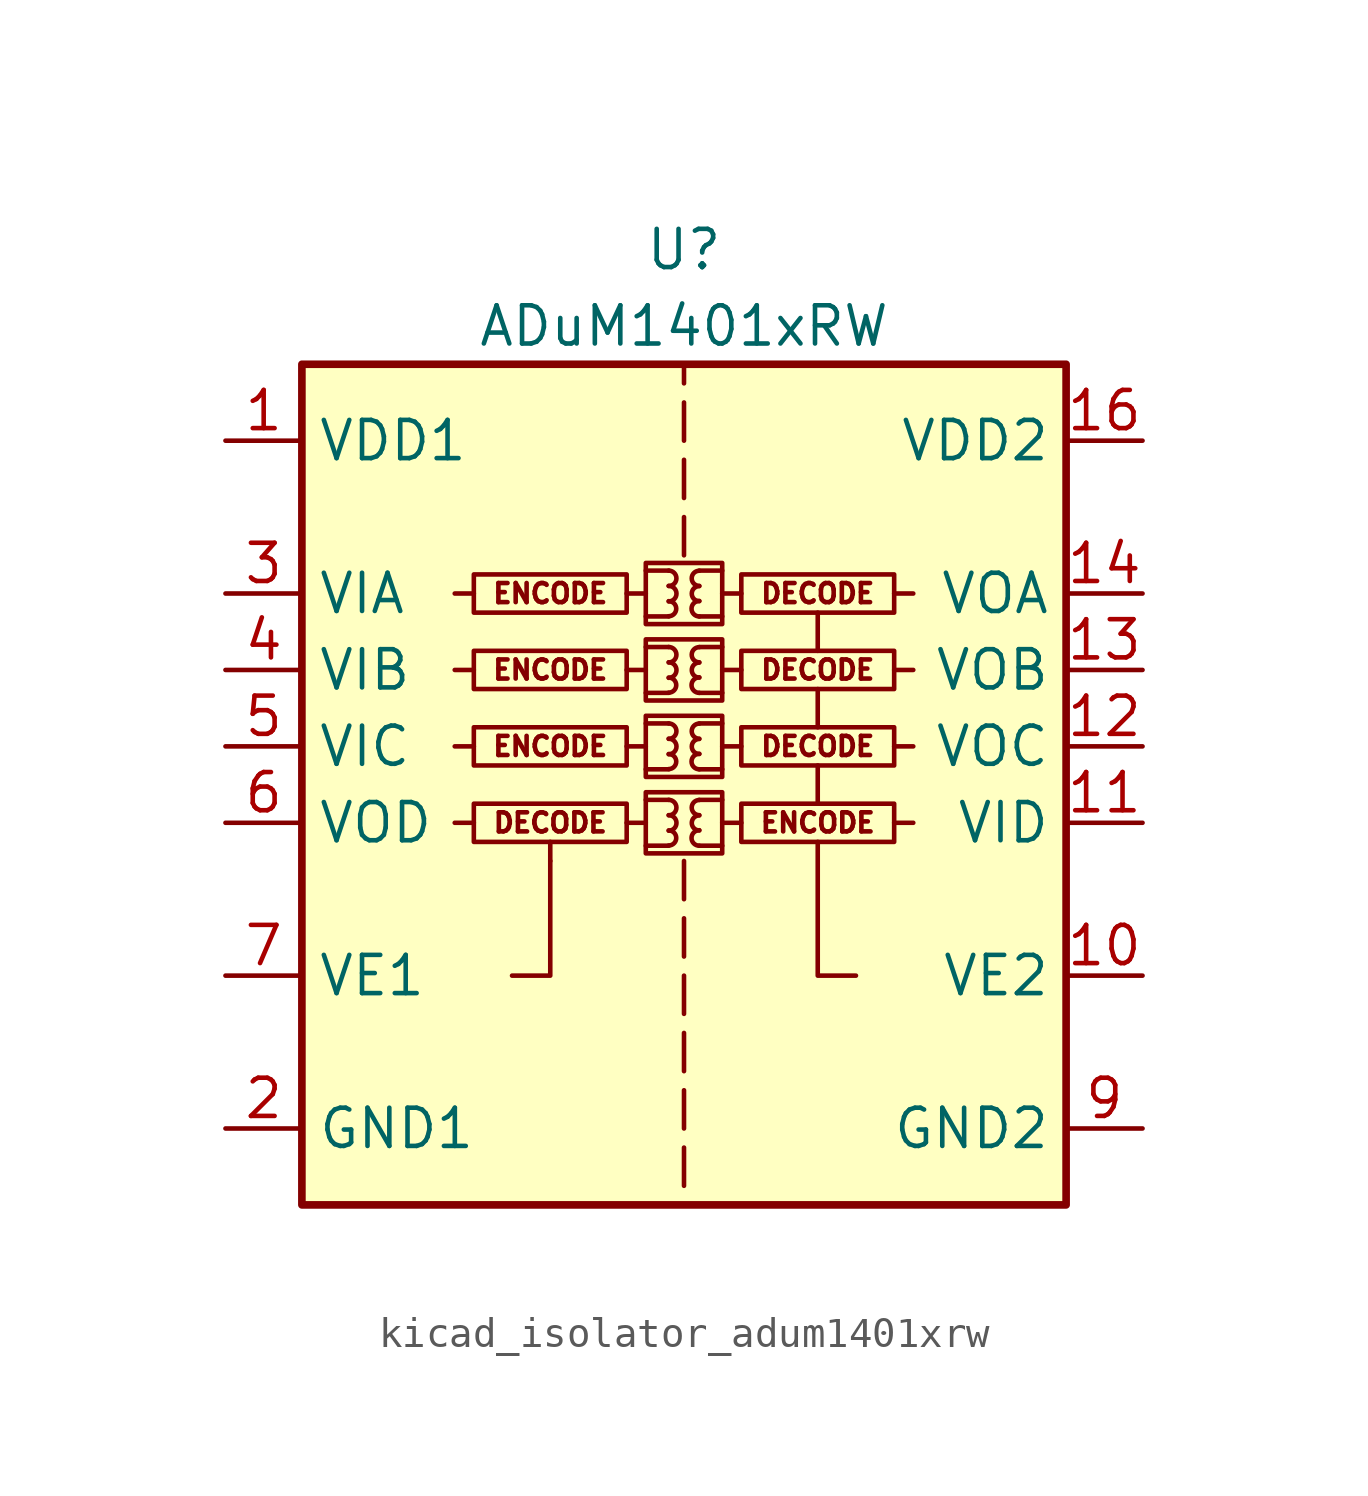
<source format=kicad_sym>
(kicad_symbol_lib
  (version 20220914)
  (generator kicad_symbol_editor)
  (symbol "kicad_isolator_adum1401xrw"
    (property "Reference" "U"
      (at 0 19.05 0)
      (effects (font (size 1.27 1.27))))
    (property "Value" "ADuM1401xRW"
      (at 0 16.51 0)
      (effects (font (size 1.27 1.27))))
    (symbol "kicad_isolator_adum1401xrw_0_0"
      (rectangle (start -1.905 0.635) (end -6.985 -0.635) (stroke (width 0) (type default)) (fill (type none)))
      (rectangle (start -1.27 1.016) (end 1.27 -1.016) (stroke (width 0) (type default)) (fill (type none)))
      (rectangle (start -1.27 3.556) (end 1.27 1.524) (stroke (width 0) (type default)) (fill (type none)))
      (rectangle (start -1.27 6.096) (end 1.27 4.064) (stroke (width 0) (type default)) (fill (type none)))
      (rectangle (start -1.27 8.636) (end 1.27 6.604) (stroke (width 0) (type default)) (fill (type none)))
      (arc (start -0.508 -0.762) (mid -0.2551 -0.508) (end -0.508 -0.254) (stroke (width 0) (type default)) (fill (type none)))
      (arc (start -0.508 -0.254) (mid -0.2551 0) (end -0.508 0.254) (stroke (width 0) (type default)) (fill (type none)))
      (arc (start -0.508 0.254) (mid -0.2551 0.508) (end -0.508 0.762) (stroke (width 0) (type default)) (fill (type none)))
      (arc (start -0.508 1.778) (mid -0.2551 2.032) (end -0.508 2.286) (stroke (width 0) (type default)) (fill (type none)))
      (arc (start -0.508 2.286) (mid -0.2551 2.54) (end -0.508 2.794) (stroke (width 0) (type default)) (fill (type none)))
      (arc (start -0.508 2.794) (mid -0.2551 3.048) (end -0.508 3.302) (stroke (width 0) (type default)) (fill (type none)))
      (arc (start -0.508 4.318) (mid -0.2551 4.572) (end -0.508 4.826) (stroke (width 0) (type default)) (fill (type none)))
      (arc (start -0.508 4.826) (mid -0.2551 5.08) (end -0.508 5.334) (stroke (width 0) (type default)) (fill (type none)))
      (arc (start -0.508 5.334) (mid -0.2551 5.588) (end -0.508 5.842) (stroke (width 0) (type default)) (fill (type none)))
      (arc (start -0.508 6.858) (mid -0.2551 7.112) (end -0.508 7.366) (stroke (width 0) (type default)) (fill (type none)))
      (arc (start -0.508 7.366) (mid -0.2551 7.62) (end -0.508 7.874) (stroke (width 0) (type default)) (fill (type none)))
      (arc (start -0.508 7.874) (mid -0.2551 8.128) (end -0.508 8.382) (stroke (width 0) (type default)) (fill (type none)))
      (polyline (pts (xy -6.985 0) (xy -7.62 0)) (stroke (width 0) (type default)) (fill (type none)))
      (polyline (pts (xy -6.985 2.54) (xy -7.62 2.54)) (stroke (width 0) (type default)) (fill (type none)))
      (polyline (pts (xy -6.985 5.08) (xy -7.62 5.08)) (stroke (width 0) (type default)) (fill (type none)))
      (polyline (pts (xy -6.985 7.62) (xy -7.62 7.62)) (stroke (width 0) (type default)) (fill (type none)))
      (polyline (pts (xy -4.445 -1.27) (xy -4.445 -0.635)) (stroke (width 0) (type default)) (fill (type none)))
      (polyline (pts (xy -1.905 0) (xy -1.27 0)) (stroke (width 0) (type default)) (fill (type none)))
      (polyline (pts (xy -1.905 2.54) (xy -1.27 2.54)) (stroke (width 0) (type default)) (fill (type none)))
      (polyline (pts (xy -1.905 5.08) (xy -1.27 5.08)) (stroke (width 0) (type default)) (fill (type none)))
      (polyline (pts (xy -1.905 7.62) (xy -1.27 7.62)) (stroke (width 0) (type default)) (fill (type none)))
      (polyline (pts (xy -1.27 -0.762) (xy -0.508 -0.762)) (stroke (width 0) (type default)) (fill (type none)))
      (polyline (pts (xy -1.27 0.762) (xy -0.508 0.762)) (stroke (width 0) (type default)) (fill (type none)))
      (polyline (pts (xy -1.27 1.778) (xy -0.508 1.778)) (stroke (width 0) (type default)) (fill (type none)))
      (polyline (pts (xy -1.27 3.302) (xy -0.508 3.302)) (stroke (width 0) (type default)) (fill (type none)))
      (polyline (pts (xy -1.27 4.318) (xy -0.508 4.318)) (stroke (width 0) (type default)) (fill (type none)))
      (polyline (pts (xy -1.27 5.842) (xy -0.508 5.842)) (stroke (width 0) (type default)) (fill (type none)))
      (polyline (pts (xy -1.27 6.858) (xy -0.508 6.858)) (stroke (width 0) (type default)) (fill (type none)))
      (polyline (pts (xy -1.27 8.382) (xy -0.508 8.382)) (stroke (width 0) (type default)) (fill (type none)))
      (polyline (pts (xy 0 -10.795) (xy 0 -12.065)) (stroke (width 0) (type default)) (fill (type none)))
      (polyline (pts (xy 0 -8.89) (xy 0 -10.16)) (stroke (width 0) (type default)) (fill (type none)))
      (polyline (pts (xy 0 -6.985) (xy 0 -8.255)) (stroke (width 0) (type default)) (fill (type none)))
      (polyline (pts (xy 0 -5.08) (xy 0 -6.35)) (stroke (width 0) (type default)) (fill (type none)))
      (polyline (pts (xy 0 -3.175) (xy 0 -4.445)) (stroke (width 0) (type default)) (fill (type none)))
      (polyline (pts (xy 0 -1.27) (xy 0 -2.54)) (stroke (width 0) (type default)) (fill (type none)))
      (polyline (pts (xy 0 8.89) (xy 0 10.16)) (stroke (width 0) (type default)) (fill (type none)))
      (polyline (pts (xy 0 10.795) (xy 0 12.065)) (stroke (width 0) (type default)) (fill (type none)))
      (polyline (pts (xy 0 12.7) (xy 0 13.97)) (stroke (width 0) (type default)) (fill (type none)))
      (polyline (pts (xy 0 15.24) (xy 0 14.605)) (stroke (width 0) (type default)) (fill (type none)))
      (polyline (pts (xy 1.27 -0.762) (xy 0.508 -0.762)) (stroke (width 0) (type default)) (fill (type none)))
      (polyline (pts (xy 1.27 0.762) (xy 0.508 0.762)) (stroke (width 0) (type default)) (fill (type none)))
      (polyline (pts (xy 1.27 1.778) (xy 0.508 1.778)) (stroke (width 0) (type default)) (fill (type none)))
      (polyline (pts (xy 1.27 3.302) (xy 0.508 3.302)) (stroke (width 0) (type default)) (fill (type none)))
      (polyline (pts (xy 1.27 4.318) (xy 0.508 4.318)) (stroke (width 0) (type default)) (fill (type none)))
      (polyline (pts (xy 1.27 5.842) (xy 0.508 5.842)) (stroke (width 0) (type default)) (fill (type none)))
      (polyline (pts (xy 1.27 6.858) (xy 0.508 6.858)) (stroke (width 0) (type default)) (fill (type none)))
      (polyline (pts (xy 1.27 8.382) (xy 0.508 8.382)) (stroke (width 0) (type default)) (fill (type none)))
      (polyline (pts (xy 1.905 0) (xy 1.27 0)) (stroke (width 0) (type default)) (fill (type none)))
      (polyline (pts (xy 1.905 2.54) (xy 1.27 2.54)) (stroke (width 0) (type default)) (fill (type none)))
      (polyline (pts (xy 1.905 5.08) (xy 1.27 5.08)) (stroke (width 0) (type default)) (fill (type none)))
      (polyline (pts (xy 1.905 7.62) (xy 1.27 7.62)) (stroke (width 0) (type default)) (fill (type none)))
      (polyline (pts (xy 4.445 0.635) (xy 4.445 1.905)) (stroke (width 0) (type default)) (fill (type none)))
      (polyline (pts (xy 4.445 3.175) (xy 4.445 4.445)) (stroke (width 0) (type default)) (fill (type none)))
      (polyline (pts (xy 4.445 5.715) (xy 4.445 6.985)) (stroke (width 0) (type default)) (fill (type none)))
      (polyline (pts (xy 6.985 0) (xy 7.62 0)) (stroke (width 0) (type default)) (fill (type none)))
      (polyline (pts (xy 6.985 2.54) (xy 7.62 2.54)) (stroke (width 0) (type default)) (fill (type none)))
      (polyline (pts (xy 6.985 5.08) (xy 7.62 5.08)) (stroke (width 0) (type default)) (fill (type none)))
      (polyline (pts (xy 6.985 7.62) (xy 7.62 7.62)) (stroke (width 0) (type default)) (fill (type none)))
      (polyline (pts (xy -4.445 -1.27) (xy -4.445 -5.08) (xy -5.715 -5.08)) (stroke (width 0) (type default)) (fill (type none)))
      (polyline (pts (xy 5.715 -5.08) (xy 4.445 -5.08) (xy 4.445 -0.635)) (stroke (width 0) (type default)) (fill (type none)))
      (arc (start 0.508 -0.254) (mid 0.2551 -0.508) (end 0.508 -0.762) (stroke (width 0) (type default)) (fill (type none)))
      (arc (start 0.508 0.254) (mid 0.2551 0) (end 0.508 -0.254) (stroke (width 0) (type default)) (fill (type none)))
      (arc (start 0.508 0.762) (mid 0.2551 0.508) (end 0.508 0.254) (stroke (width 0) (type default)) (fill (type none)))
      (arc (start 0.508 2.286) (mid 0.2551 2.032) (end 0.508 1.778) (stroke (width 0) (type default)) (fill (type none)))
      (arc (start 0.508 2.794) (mid 0.2551 2.54) (end 0.508 2.286) (stroke (width 0) (type default)) (fill (type none)))
      (arc (start 0.508 3.302) (mid 0.2551 3.048) (end 0.508 2.794) (stroke (width 0) (type default)) (fill (type none)))
      (arc (start 0.508 4.826) (mid 0.2551 4.572) (end 0.508 4.318) (stroke (width 0) (type default)) (fill (type none)))
      (arc (start 0.508 5.334) (mid 0.2551 5.08) (end 0.508 4.826) (stroke (width 0) (type default)) (fill (type none)))
      (arc (start 0.508 5.842) (mid 0.2551 5.588) (end 0.508 5.334) (stroke (width 0) (type default)) (fill (type none)))
      (arc (start 0.508 7.366) (mid 0.2551 7.112) (end 0.508 6.858) (stroke (width 0) (type default)) (fill (type none)))
      (arc (start 0.508 7.874) (mid 0.2551 7.62) (end 0.508 7.366) (stroke (width 0) (type default)) (fill (type none)))
      (arc (start 0.508 8.382) (mid 0.2551 8.128) (end 0.508 7.874) (stroke (width 0) (type default)) (fill (type none)))
      (rectangle (start 1.905 0.635) (end 6.985 -0.635) (stroke (width 0) (type default)) (fill (type none)))
      (rectangle (start 1.905 3.175) (end 6.985 1.905) (stroke (width 0) (type default)) (fill (type none)))
      (rectangle (start 1.905 5.715) (end 6.985 4.445) (stroke (width 0) (type default)) (fill (type none)))
      (rectangle (start 1.905 8.255) (end 6.985 6.985) (stroke (width 0) (type default)) (fill (type none)))
      (text "DECODE" (at -4.445 0 0) (effects (font (size 0.635 0.635))))
      (text "DECODE" (at 4.445 2.54 0) (effects (font (size 0.635 0.635))))
      (text "DECODE" (at 4.445 5.08 0) (effects (font (size 0.635 0.635))))
      (text "DECODE" (at 4.445 7.62 0) (effects (font (size 0.635 0.635))))
      (text "ENCODE" (at -4.445 2.54 0) (effects (font (size 0.635 0.635))))
      (text "ENCODE" (at -4.445 5.08 0) (effects (font (size 0.635 0.635))))
      (text "ENCODE" (at -4.445 7.62 0) (effects (font (size 0.635 0.635))))
      (text "ENCODE" (at 4.445 0 0) (effects (font (size 0.635 0.635)))))
    (symbol "kicad_isolator_adum1401xrw_0_1"
      (rectangle (start -12.7 15.24) (end 12.7 -12.7) (stroke (width 0.254) (type default)) (fill (type background)))
      (rectangle (start -1.905 3.175) (end -6.985 1.905) (stroke (width 0) (type default)) (fill (type none)))
      (rectangle (start -1.905 5.715) (end -6.985 4.445) (stroke (width 0) (type default)) (fill (type none)))
      (rectangle (start -1.905 8.255) (end -6.985 6.985) (stroke (width 0) (type default)) (fill (type none))))
    (symbol "kicad_isolator_adum1401xrw_1_1"
      (pin power_in line (at -15.24 12.7 0) (length 2.54) (name "VDD1" (effects (font (size 1.27 1.27)))) (number "1" (effects (font (size 1.27 1.27)))))
      (pin input line (at 15.24 -5.08 180) (length 2.54) (name "VE2" (effects (font (size 1.27 1.27)))) (number "10" (effects (font (size 1.27 1.27)))))
      (pin input line (at 15.24 0 180) (length 2.54) (name "VID" (effects (font (size 1.27 1.27)))) (number "11" (effects (font (size 1.27 1.27)))))
      (pin output line (at 15.24 2.54 180) (length 2.54) (name "VOC" (effects (font (size 1.27 1.27)))) (number "12" (effects (font (size 1.27 1.27)))))
      (pin output line (at 15.24 5.08 180) (length 2.54) (name "VOB" (effects (font (size 1.27 1.27)))) (number "13" (effects (font (size 1.27 1.27)))))
      (pin output line (at 15.24 7.62 180) (length 2.54) (name "VOA" (effects (font (size 1.27 1.27)))) (number "14" (effects (font (size 1.27 1.27)))))
      (pin passive line (at 15.24 -10.16 180) (length 2.54) hide (name "GND2" (effects (font (size 1.27 1.27)))) (number "15" (effects (font (size 1.27 1.27)))))
      (pin power_in line (at 15.24 12.7 180) (length 2.54) (name "VDD2" (effects (font (size 1.27 1.27)))) (number "16" (effects (font (size 1.27 1.27)))))
      (pin power_in line (at -15.24 -10.16 0) (length 2.54) (name "GND1" (effects (font (size 1.27 1.27)))) (number "2" (effects (font (size 1.27 1.27)))))
      (pin input line (at -15.24 7.62 0) (length 2.54) (name "VIA" (effects (font (size 1.27 1.27)))) (number "3" (effects (font (size 1.27 1.27)))))
      (pin input line (at -15.24 5.08 0) (length 2.54) (name "VIB" (effects (font (size 1.27 1.27)))) (number "4" (effects (font (size 1.27 1.27)))))
      (pin input line (at -15.24 2.54 0) (length 2.54) (name "VIC" (effects (font (size 1.27 1.27)))) (number "5" (effects (font (size 1.27 1.27)))))
      (pin output line (at -15.24 0 0) (length 2.54) (name "VOD" (effects (font (size 1.27 1.27)))) (number "6" (effects (font (size 1.27 1.27)))))
      (pin input line (at -15.24 -5.08 0) (length 2.54) (name "VE1" (effects (font (size 1.27 1.27)))) (number "7" (effects (font (size 1.27 1.27)))))
      (pin passive line (at -15.24 -10.16 0) (length 2.54) hide (name "GND1" (effects (font (size 1.27 1.27)))) (number "8" (effects (font (size 1.27 1.27)))))
      (pin power_in line (at 15.24 -10.16 180) (length 2.54) (name "GND2" (effects (font (size 1.27 1.27)))) (number "9" (effects (font (size 1.27 1.27))))))))
</source>
